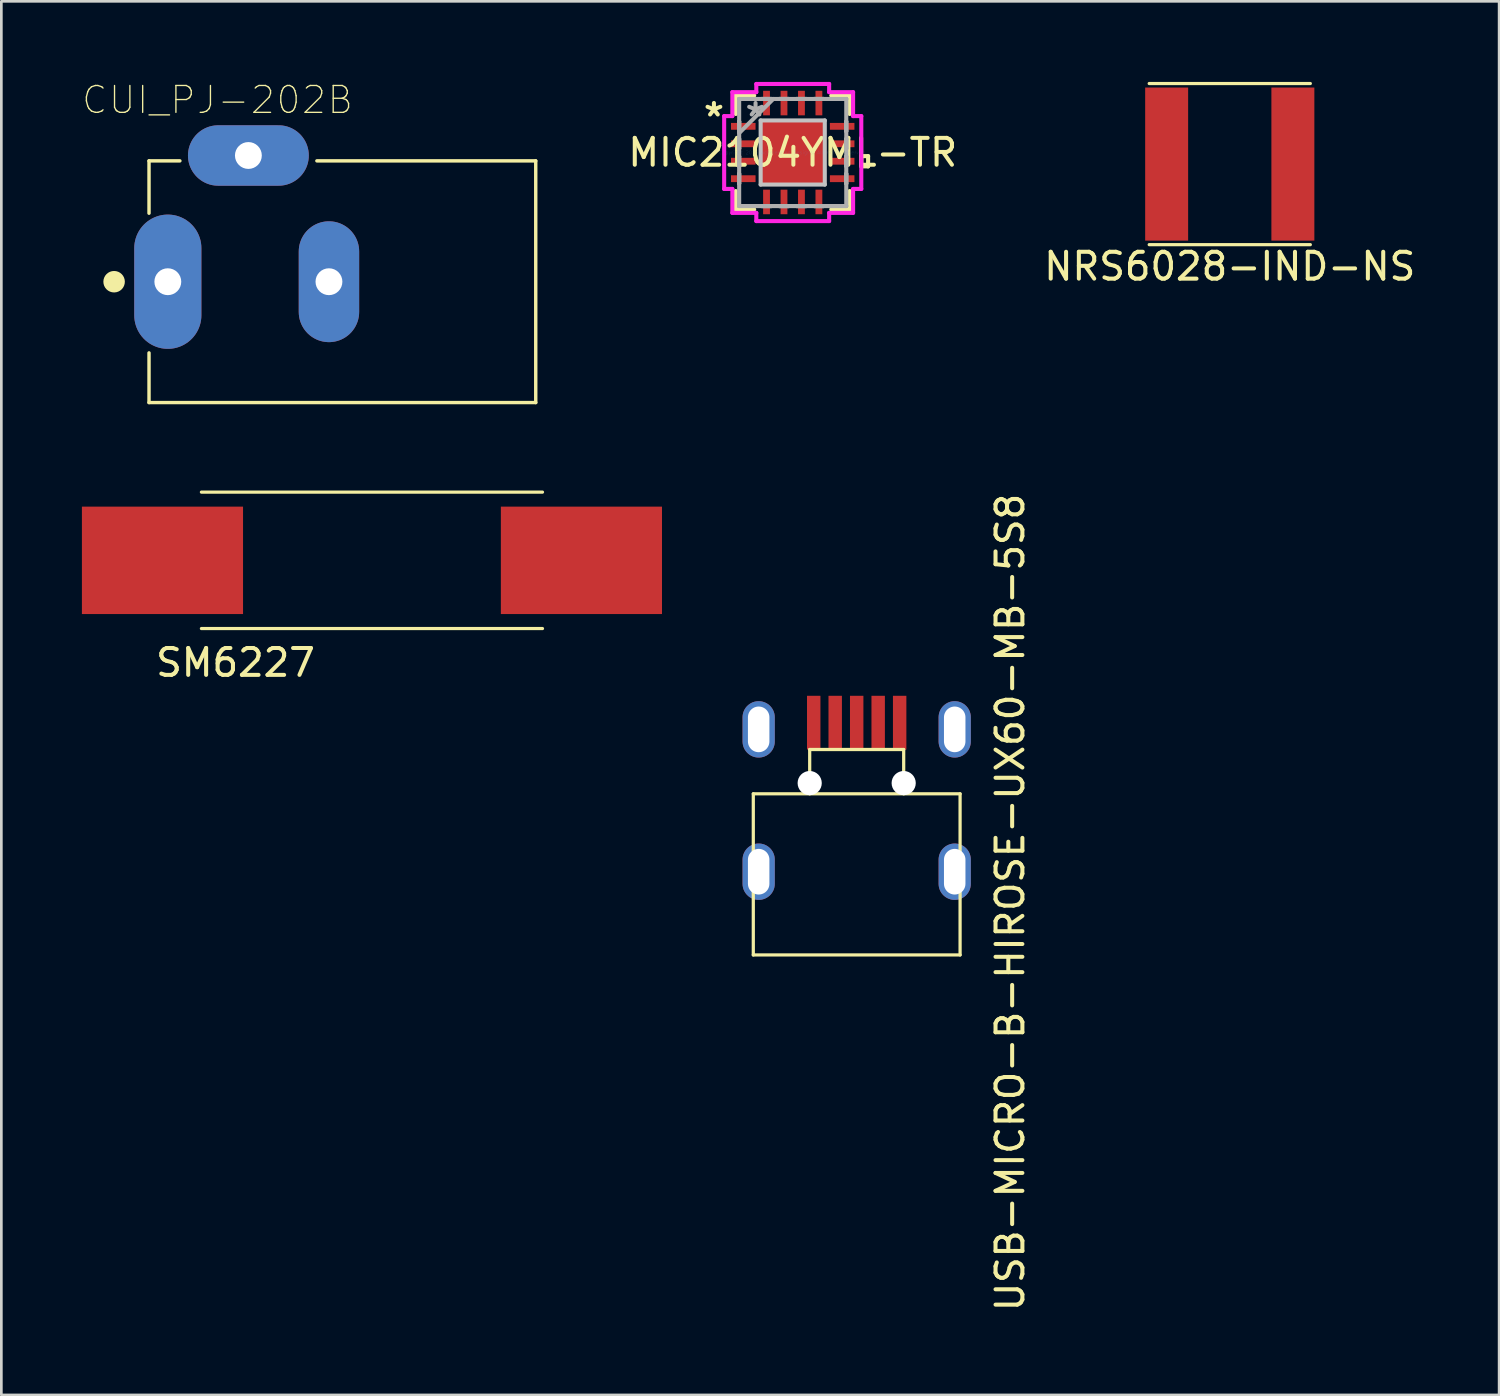
<source format=kicad_pcb>
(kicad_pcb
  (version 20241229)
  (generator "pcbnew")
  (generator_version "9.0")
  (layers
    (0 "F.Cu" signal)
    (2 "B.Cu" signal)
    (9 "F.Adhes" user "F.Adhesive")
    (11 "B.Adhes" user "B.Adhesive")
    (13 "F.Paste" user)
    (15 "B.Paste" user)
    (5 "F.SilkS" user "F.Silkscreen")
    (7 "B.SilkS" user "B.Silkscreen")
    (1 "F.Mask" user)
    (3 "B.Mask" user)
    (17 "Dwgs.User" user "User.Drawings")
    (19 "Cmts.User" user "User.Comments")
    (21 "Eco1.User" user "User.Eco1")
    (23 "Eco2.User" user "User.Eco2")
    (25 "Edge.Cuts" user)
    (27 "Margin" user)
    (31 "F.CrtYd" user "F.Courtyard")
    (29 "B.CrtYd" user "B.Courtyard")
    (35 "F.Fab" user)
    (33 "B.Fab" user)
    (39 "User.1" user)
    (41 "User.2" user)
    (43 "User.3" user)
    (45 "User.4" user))
  (footprint "MIC2104YML-TR"
    (layer "F.Cu")
    (at 26.468 2.629)
    (property "Reference" "MIC2104YML-TR" (at 0 0 0) (layer "F.SilkS") (effects (font (size 1 1) (thickness 0.15))))
    (attr through_hole)
    (fp_line (start -2.121 -2.121) (end -2.121 -1.435) (stroke (width 0.152) (type solid)) (layer "F.SilkS"))
    (fp_line (start -2.121 1.435) (end -2.121 2.121) (stroke (width 0.152) (type solid)) (layer "F.SilkS"))
    (fp_line (start -2.121 2.121) (end -1.435 2.121) (stroke (width 0.152) (type solid)) (layer "F.SilkS"))
    (fp_line (start -1.435 -2.121) (end -2.121 -2.121) (stroke (width 0.152) (type solid)) (layer "F.SilkS"))
    (fp_line (start 1.435 2.121) (end 2.121 2.121) (stroke (width 0.152) (type solid)) (layer "F.SilkS"))
    (fp_line (start 2.121 -2.121) (end 1.435 -2.121) (stroke (width 0.152) (type solid)) (layer "F.SilkS"))
    (fp_line (start 2.121 -1.435) (end 2.121 -2.121) (stroke (width 0.152) (type solid)) (layer "F.SilkS"))
    (fp_line (start 2.121 2.121) (end 2.121 1.435) (stroke (width 0.152) (type solid)) (layer "F.SilkS"))
    (fp_line (start 2.553 0.135) (end 2.807 0.135) (stroke (width 0.152) (type solid)) (layer "F.SilkS"))
    (fp_line (start 2.553 0.516) (end 2.553 0.135) (stroke (width 0.152) (type solid)) (layer "F.SilkS"))
    (fp_line (start 2.807 0.135) (end 2.807 0.516) (stroke (width 0.152) (type solid)) (layer "F.SilkS"))
    (fp_line (start 2.807 0.516) (end 2.553 0.516) (stroke (width 0.152) (type solid)) (layer "F.SilkS"))
    (fp_line (start -1.194 -1.194) (end -1.194 1.194) (stroke (width 0.152) (type solid)) (layer "Dwgs.User"))
    (fp_line (start -1.194 1.194) (end 1.194 1.194) (stroke (width 0.152) (type solid)) (layer "Dwgs.User"))
    (fp_line (start 1.194 -1.194) (end -1.194 -1.194) (stroke (width 0.152) (type solid)) (layer "Dwgs.User"))
    (fp_line (start 1.194 1.194) (end 1.194 -1.194) (stroke (width 0.152) (type solid)) (layer "Dwgs.User"))
    (fp_line (start -2.553 -1.356) (end -2.248 -1.356) (stroke (width 0.152) (type solid)) (layer "F.CrtYd"))
    (fp_line (start -2.553 1.356) (end -2.553 -1.356) (stroke (width 0.152) (type solid)) (layer "F.CrtYd"))
    (fp_line (start -2.248 -2.248) (end -1.356 -2.248) (stroke (width 0.152) (type solid)) (layer "F.CrtYd"))
    (fp_line (start -2.248 -1.356) (end -2.248 -2.248) (stroke (width 0.152) (type solid)) (layer "F.CrtYd"))
    (fp_line (start -2.248 1.356) (end -2.553 1.356) (stroke (width 0.152) (type solid)) (layer "F.CrtYd"))
    (fp_line (start -2.248 2.248) (end -2.248 1.356) (stroke (width 0.152) (type solid)) (layer "F.CrtYd"))
    (fp_line (start -1.356 -2.553) (end 1.356 -2.553) (stroke (width 0.152) (type solid)) (layer "F.CrtYd"))
    (fp_line (start -1.356 -2.248) (end -1.356 -2.553) (stroke (width 0.152) (type solid)) (layer "F.CrtYd"))
    (fp_line (start -1.356 2.248) (end -2.248 2.248) (stroke (width 0.152) (type solid)) (layer "F.CrtYd"))
    (fp_line (start -1.356 2.553) (end -1.356 2.248) (stroke (width 0.152) (type solid)) (layer "F.CrtYd"))
    (fp_line (start 1.356 -2.553) (end 1.356 -2.248) (stroke (width 0.152) (type solid)) (layer "F.CrtYd"))
    (fp_line (start 1.356 -2.248) (end 2.248 -2.248) (stroke (width 0.152) (type solid)) (layer "F.CrtYd"))
    (fp_line (start 1.356 2.248) (end 1.356 2.553) (stroke (width 0.152) (type solid)) (layer "F.CrtYd"))
    (fp_line (start 1.356 2.553) (end -1.356 2.553) (stroke (width 0.152) (type solid)) (layer "F.CrtYd"))
    (fp_line (start 2.248 -2.248) (end 2.248 -1.356) (stroke (width 0.152) (type solid)) (layer "F.CrtYd"))
    (fp_line (start 2.248 -1.356) (end 2.553 -1.356) (stroke (width 0.152) (type solid)) (layer "F.CrtYd"))
    (fp_line (start 2.248 1.356) (end 2.248 2.248) (stroke (width 0.152) (type solid)) (layer "F.CrtYd"))
    (fp_line (start 2.248 2.248) (end 1.356 2.248) (stroke (width 0.152) (type solid)) (layer "F.CrtYd"))
    (fp_line (start 2.553 -1.356) (end 2.553 1.356) (stroke (width 0.152) (type solid)) (layer "F.CrtYd"))
    (fp_line (start 2.553 1.356) (end 2.248 1.356) (stroke (width 0.152) (type solid)) (layer "F.CrtYd"))
    (fp_line (start -1.994 -1.994) (end -1.994 -1.994) (stroke (width 0.152) (type solid)) (layer "F.Fab"))
    (fp_line (start -1.994 -1.994) (end -1.994 1.994) (stroke (width 0.152) (type solid)) (layer "F.Fab"))
    (fp_line (start -1.994 -1.153) (end -1.994 -1.153) (stroke (width 0.152) (type solid)) (layer "F.Fab"))
    (fp_line (start -1.994 -1.153) (end -1.994 -0.797) (stroke (width 0.152) (type solid)) (layer "F.Fab"))
    (fp_line (start -1.994 -0.797) (end -1.994 -1.153) (stroke (width 0.152) (type solid)) (layer "F.Fab"))
    (fp_line (start -1.994 -0.797) (end -1.994 -0.797) (stroke (width 0.152) (type solid)) (layer "F.Fab"))
    (fp_line (start -1.994 -0.724) (end -0.724 -1.994) (stroke (width 0.152) (type solid)) (layer "F.Fab"))
    (fp_line (start -1.994 -0.503) (end -1.994 -0.503) (stroke (width 0.152) (type solid)) (layer "F.Fab"))
    (fp_line (start -1.994 -0.503) (end -1.994 -0.147) (stroke (width 0.152) (type solid)) (layer "F.Fab"))
    (fp_line (start -1.994 -0.147) (end -1.994 -0.503) (stroke (width 0.152) (type solid)) (layer "F.Fab"))
    (fp_line (start -1.994 -0.147) (end -1.994 -0.147) (stroke (width 0.152) (type solid)) (layer "F.Fab"))
    (fp_line (start -1.994 0.147) (end -1.994 0.147) (stroke (width 0.152) (type solid)) (layer "F.Fab"))
    (fp_line (start -1.994 0.147) (end -1.994 0.503) (stroke (width 0.152) (type solid)) (layer "F.Fab"))
    (fp_line (start -1.994 0.503) (end -1.994 0.147) (stroke (width 0.152) (type solid)) (layer "F.Fab"))
    (fp_line (start -1.994 0.503) (end -1.994 0.503) (stroke (width 0.152) (type solid)) (layer "F.Fab"))
    (fp_line (start -1.994 0.797) (end -1.994 0.797) (stroke (width 0.152) (type solid)) (layer "F.Fab"))
    (fp_line (start -1.994 0.797) (end -1.994 1.153) (stroke (width 0.152) (type solid)) (layer "F.Fab"))
    (fp_line (start -1.994 1.153) (end -1.994 0.797) (stroke (width 0.152) (type solid)) (layer "F.Fab"))
    (fp_line (start -1.994 1.153) (end -1.994 1.153) (stroke (width 0.152) (type solid)) (layer "F.Fab"))
    (fp_line (start -1.994 1.994) (end -1.994 1.994) (stroke (width 0.152) (type solid)) (layer "F.Fab"))
    (fp_line (start -1.994 1.994) (end 1.994 1.994) (stroke (width 0.152) (type solid)) (layer "F.Fab"))
    (fp_line (start -1.153 -1.994) (end -1.153 -1.994) (stroke (width 0.152) (type solid)) (layer "F.Fab"))
    (fp_line (start -1.153 -1.994) (end -0.797 -1.994) (stroke (width 0.152) (type solid)) (layer "F.Fab"))
    (fp_line (start -1.153 1.994) (end -1.153 1.994) (stroke (width 0.152) (type solid)) (layer "F.Fab"))
    (fp_line (start -1.153 1.994) (end -0.797 1.994) (stroke (width 0.152) (type solid)) (layer "F.Fab"))
    (fp_line (start -0.797 -1.994) (end -1.153 -1.994) (stroke (width 0.152) (type solid)) (layer "F.Fab"))
    (fp_line (start -0.797 -1.994) (end -0.797 -1.994) (stroke (width 0.152) (type solid)) (layer "F.Fab"))
    (fp_line (start -0.797 1.994) (end -1.153 1.994) (stroke (width 0.152) (type solid)) (layer "F.Fab"))
    (fp_line (start -0.797 1.994) (end -0.797 1.994) (stroke (width 0.152) (type solid)) (layer "F.Fab"))
    (fp_line (start -0.503 -1.994) (end -0.503 -1.994) (stroke (width 0.152) (type solid)) (layer "F.Fab"))
    (fp_line (start -0.503 -1.994) (end -0.147 -1.994) (stroke (width 0.152) (type solid)) (layer "F.Fab"))
    (fp_line (start -0.503 1.994) (end -0.503 1.994) (stroke (width 0.152) (type solid)) (layer "F.Fab"))
    (fp_line (start -0.503 1.994) (end -0.147 1.994) (stroke (width 0.152) (type solid)) (layer "F.Fab"))
    (fp_line (start -0.147 -1.994) (end -0.503 -1.994) (stroke (width 0.152) (type solid)) (layer "F.Fab"))
    (fp_line (start -0.147 -1.994) (end -0.147 -1.994) (stroke (width 0.152) (type solid)) (layer "F.Fab"))
    (fp_line (start -0.147 1.994) (end -0.503 1.994) (stroke (width 0.152) (type solid)) (layer "F.Fab"))
    (fp_line (start -0.147 1.994) (end -0.147 1.994) (stroke (width 0.152) (type solid)) (layer "F.Fab"))
    (fp_line (start 0.147 -1.994) (end 0.147 -1.994) (stroke (width 0.152) (type solid)) (layer "F.Fab"))
    (fp_line (start 0.147 -1.994) (end 0.503 -1.994) (stroke (width 0.152) (type solid)) (layer "F.Fab"))
    (fp_line (start 0.147 1.994) (end 0.147 1.994) (stroke (width 0.152) (type solid)) (layer "F.Fab"))
    (fp_line (start 0.147 1.994) (end 0.503 1.994) (stroke (width 0.152) (type solid)) (layer "F.Fab"))
    (fp_line (start 0.503 -1.994) (end 0.147 -1.994) (stroke (width 0.152) (type solid)) (layer "F.Fab"))
    (fp_line (start 0.503 -1.994) (end 0.503 -1.994) (stroke (width 0.152) (type solid)) (layer "F.Fab"))
    (fp_line (start 0.503 1.994) (end 0.147 1.994) (stroke (width 0.152) (type solid)) (layer "F.Fab"))
    (fp_line (start 0.503 1.994) (end 0.503 1.994) (stroke (width 0.152) (type solid)) (layer "F.Fab"))
    (fp_line (start 0.797 -1.994) (end 0.797 -1.994) (stroke (width 0.152) (type solid)) (layer "F.Fab"))
    (fp_line (start 0.797 -1.994) (end 1.153 -1.994) (stroke (width 0.152) (type solid)) (layer "F.Fab"))
    (fp_line (start 0.797 1.994) (end 0.797 1.994) (stroke (width 0.152) (type solid)) (layer "F.Fab"))
    (fp_line (start 0.797 1.994) (end 1.153 1.994) (stroke (width 0.152) (type solid)) (layer "F.Fab"))
    (fp_line (start 1.153 -1.994) (end 0.797 -1.994) (stroke (width 0.152) (type solid)) (layer "F.Fab"))
    (fp_line (start 1.153 -1.994) (end 1.153 -1.994) (stroke (width 0.152) (type solid)) (layer "F.Fab"))
    (fp_line (start 1.153 1.994) (end 0.797 1.994) (stroke (width 0.152) (type solid)) (layer "F.Fab"))
    (fp_line (start 1.153 1.994) (end 1.153 1.994) (stroke (width 0.152) (type solid)) (layer "F.Fab"))
    (fp_line (start 1.994 -1.994) (end -1.994 -1.994) (stroke (width 0.152) (type solid)) (layer "F.Fab"))
    (fp_line (start 1.994 -1.994) (end 1.994 -1.994) (stroke (width 0.152) (type solid)) (layer "F.Fab"))
    (fp_line (start 1.994 -1.153) (end 1.994 -1.153) (stroke (width 0.152) (type solid)) (layer "F.Fab"))
    (fp_line (start 1.994 -1.153) (end 1.994 -0.797) (stroke (width 0.152) (type solid)) (layer "F.Fab"))
    (fp_line (start 1.994 -0.797) (end 1.994 -1.153) (stroke (width 0.152) (type solid)) (layer "F.Fab"))
    (fp_line (start 1.994 -0.797) (end 1.994 -0.797) (stroke (width 0.152) (type solid)) (layer "F.Fab"))
    (fp_line (start 1.994 -0.503) (end 1.994 -0.503) (stroke (width 0.152) (type solid)) (layer "F.Fab"))
    (fp_line (start 1.994 -0.503) (end 1.994 -0.147) (stroke (width 0.152) (type solid)) (layer "F.Fab"))
    (fp_line (start 1.994 -0.147) (end 1.994 -0.503) (stroke (width 0.152) (type solid)) (layer "F.Fab"))
    (fp_line (start 1.994 -0.147) (end 1.994 -0.147) (stroke (width 0.152) (type solid)) (layer "F.Fab"))
    (fp_line (start 1.994 0.147) (end 1.994 0.147) (stroke (width 0.152) (type solid)) (layer "F.Fab"))
    (fp_line (start 1.994 0.147) (end 1.994 0.503) (stroke (width 0.152) (type solid)) (layer "F.Fab"))
    (fp_line (start 1.994 0.503) (end 1.994 0.147) (stroke (width 0.152) (type solid)) (layer "F.Fab"))
    (fp_line (start 1.994 0.503) (end 1.994 0.503) (stroke (width 0.152) (type solid)) (layer "F.Fab"))
    (fp_line (start 1.994 0.797) (end 1.994 0.797) (stroke (width 0.152) (type solid)) (layer "F.Fab"))
    (fp_line (start 1.994 0.797) (end 1.994 1.153) (stroke (width 0.152) (type solid)) (layer "F.Fab"))
    (fp_line (start 1.994 1.153) (end 1.994 0.797) (stroke (width 0.152) (type solid)) (layer "F.Fab"))
    (fp_line (start 1.994 1.153) (end 1.994 1.153) (stroke (width 0.152) (type solid)) (layer "F.Fab"))
    (fp_line (start 1.994 1.994) (end 1.994 -1.994) (stroke (width 0.152) (type solid)) (layer "F.Fab"))
    (fp_line (start 1.994 1.994) (end 1.994 1.994) (stroke (width 0.152) (type solid)) (layer "F.Fab"))
    (fp_text user "*" (at -2.934 -1.3 0) (layer "F.SilkS") (effects (font (size 1 1) (thickness 0.15))))
    (fp_text user "Copyright 2016 Accelerated Designs. All rights reserved." (at 0 0 0) (layer "Cmts.User") (effects (font (size 0.127 0.127) (thickness 0.002))))
    (fp_text user "*" (at -1.384 -1.3 0) (layer "F.Fab") (effects (font (size 1 1) (thickness 0.15))))
    (pad "1" smd rect (at -1.841 -0.975 90) (size 0.254 0.914) (layers "F.Cu" "F.Mask" "F.Paste"))
    (pad "2" smd rect (at -1.841 -0.325 90) (size 0.254 0.914) (layers "F.Cu" "F.Mask" "F.Paste"))
    (pad "3" smd rect (at -1.841 0.325 90) (size 0.254 0.914) (layers "F.Cu" "F.Mask" "F.Paste"))
    (pad "4" smd rect (at -1.841 0.975 90) (size 0.254 0.914) (layers "F.Cu" "F.Mask" "F.Paste"))
    (pad "5" smd rect (at -0.975 1.841) (size 0.254 0.914) (layers "F.Cu" "F.Mask" "F.Paste"))
    (pad "6" smd rect (at -0.325 1.841) (size 0.254 0.914) (layers "F.Cu" "F.Mask" "F.Paste"))
    (pad "7" smd rect (at 0.325 1.841) (size 0.254 0.914) (layers "F.Cu" "F.Mask" "F.Paste"))
    (pad "8" smd rect (at 0.975 1.841) (size 0.254 0.914) (layers "F.Cu" "F.Mask" "F.Paste"))
    (pad "9" smd rect (at 1.841 0.975 90) (size 0.254 0.914) (layers "F.Cu" "F.Mask" "F.Paste"))
    (pad "10" smd rect (at 1.841 0.325 90) (size 0.254 0.914) (layers "F.Cu" "F.Mask" "F.Paste"))
    (pad "11" smd rect (at 1.841 -0.325 90) (size 0.254 0.914) (layers "F.Cu" "F.Mask" "F.Paste"))
    (pad "12" smd rect (at 1.841 -0.975 90) (size 0.254 0.914) (layers "F.Cu" "F.Mask" "F.Paste"))
    (pad "13" smd rect (at 0.975 -1.841) (size 0.254 0.914) (layers "F.Cu" "F.Mask" "F.Paste"))
    (pad "14" smd rect (at 0.325 -1.841) (size 0.254 0.914) (layers "F.Cu" "F.Mask" "F.Paste"))
    (pad "15" smd rect (at -0.325 -1.841) (size 0.254 0.914) (layers "F.Cu" "F.Mask" "F.Paste"))
    (pad "16" smd rect (at -0.975 -1.841) (size 0.254 0.914) (layers "F.Cu" "F.Mask" "F.Paste"))
    (pad "17" smd rect (at 0 0) (size 2.388 2.388) (layers "F.Cu" "F.Mask" "F.Paste")))
  (footprint "NRS6028-IND-NS"
    (layer "F.Cu")
    (at 42.742 3.06)
    (property "Reference" "NRS6028-IND-NS" (at 0 3.81 0) (layer "F.SilkS") (effects (font (size 1 1) (thickness 0.15))))
    (attr through_hole)
    (fp_line (start -3 -3) (end 3 -3) (stroke (width 0.12) (type solid)) (layer "F.SilkS"))
    (fp_line (start -3 3) (end 3 3) (stroke (width 0.12) (type solid)) (layer "F.SilkS"))
    (pad "1" smd rect (at -2.35 0) (size 1.6 5.7) (layers "F.Cu" "F.Mask" "F.Paste"))
    (pad "2" smd rect (at 2.35 0) (size 1.6 5.7) (layers "F.Cu" "F.Mask" "F.Paste")))
  (footprint "CUI_PJ-202B"
    (layer "F.Cu")
    (at 9.699 7.44)
    (property "Reference" "CUI_PJ-202B" (at -4.651 -6.767 0) (layer "F.SilkS") (effects (font (size 1 1) (thickness 0.05))))
    (attr through_hole)
    (fp_line (start -7.2 -4.5) (end -6.05 -4.5) (stroke (width 0.127) (type solid)) (layer "F.SilkS"))
    (fp_line (start -7.2 -2.55) (end -7.2 -4.5) (stroke (width 0.127) (type solid)) (layer "F.SilkS"))
    (fp_line (start -7.2 4.5) (end -7.2 2.65) (stroke (width 0.127) (type solid)) (layer "F.SilkS"))
    (fp_line (start -0.95 -4.5) (end 7.2 -4.5) (stroke (width 0.127) (type solid)) (layer "F.SilkS"))
    (fp_line (start 7.2 -4.5) (end 7.2 4.5) (stroke (width 0.127) (type solid)) (layer "F.SilkS"))
    (fp_line (start 7.2 4.5) (end -7.2 4.5) (stroke (width 0.127) (type solid)) (layer "F.SilkS"))
    (fp_circle (center -8.5 0) (end -8.3 0) (stroke (width 0.4) (type solid)) (fill no) (layer "F.SilkS"))
    (fp_line (start -8.05 -2.25) (end -8.05 2.35) (stroke (width 0.05) (type solid)) (layer "Eco1.User"))
    (fp_line (start -8.05 2.35) (end -7.45 2.35) (stroke (width 0.05) (type solid)) (layer "Eco1.User"))
    (fp_line (start -7.45 -4.75) (end -6.05 -4.75) (stroke (width 0.05) (type solid)) (layer "Eco1.User"))
    (fp_line (start -7.45 -2.25) (end -8.05 -2.25) (stroke (width 0.05) (type solid)) (layer "Eco1.User"))
    (fp_line (start -7.45 -2.25) (end -7.45 -4.75) (stroke (width 0.05) (type solid)) (layer "Eco1.User"))
    (fp_line (start -7.45 4.75) (end -7.45 2.35) (stroke (width 0.05) (type solid)) (layer "Eco1.User"))
    (fp_line (start -6.05 -6.1) (end -0.95 -6.1) (stroke (width 0.05) (type solid)) (layer "Eco1.User"))
    (fp_line (start -6.05 -4.75) (end -6.05 -6.1) (stroke (width 0.05) (type solid)) (layer "Eco1.User"))
    (fp_line (start -0.95 -6.1) (end -0.95 -4.75) (stroke (width 0.05) (type solid)) (layer "Eco1.User"))
    (fp_line (start -0.95 -4.75) (end 7.5 -4.75) (stroke (width 0.05) (type solid)) (layer "Eco1.User"))
    (fp_line (start 7.5 -4.75) (end 7.5 4.75) (stroke (width 0.05) (type solid)) (layer "Eco1.User"))
    (fp_line (start 7.5 4.75) (end -7.45 4.75) (stroke (width 0.05) (type solid)) (layer "Eco1.User"))
    (fp_line (start -7.2 -4.5) (end 7.2 -4.5) (stroke (width 0.127) (type solid)) (layer "Eco2.User"))
    (fp_line (start -7.2 4.5) (end -7.2 -4.5) (stroke (width 0.127) (type solid)) (layer "Eco2.User"))
    (fp_line (start 7.2 -4.5) (end 7.2 4.5) (stroke (width 0.127) (type solid)) (layer "Eco2.User"))
    (fp_line (start 7.2 4.5) (end -7.2 4.5) (stroke (width 0.127) (type solid)) (layer "Eco2.User"))
    (fp_line (start -7 -1.75) (end -6 -1.75) (stroke (width 0.0001) (type solid)) (layer "Edge.Cuts"))
    (fp_line (start -7 1.75) (end -7 -1.75) (stroke (width 0.0001) (type solid)) (layer "Edge.Cuts"))
    (fp_line (start -6 -1.75) (end -6 1.75) (stroke (width 0.0001) (type solid)) (layer "Edge.Cuts"))
    (fp_line (start -6 1.75) (end -7 1.75) (stroke (width 0.0001) (type solid)) (layer "Edge.Cuts"))
    (fp_line (start -5 -5.2) (end -2 -5.2) (stroke (width 0.0001) (type solid)) (layer "Edge.Cuts"))
    (fp_line (start -5 -4.2) (end -5 -5.2) (stroke (width 0.0001) (type solid)) (layer "Edge.Cuts"))
    (fp_line (start -2 -5.2) (end -2 -4.2) (stroke (width 0.0001) (type solid)) (layer "Edge.Cuts"))
    (fp_line (start -2 -4.2) (end -5 -4.2) (stroke (width 0.0001) (type solid)) (layer "Edge.Cuts"))
    (fp_line (start -1 -1.5) (end 0 -1.5) (stroke (width 0.0001) (type solid)) (layer "Edge.Cuts"))
    (fp_line (start -1 1.5) (end -1 -1.5) (stroke (width 0.0001) (type solid)) (layer "Edge.Cuts"))
    (fp_line (start 0 -1.5) (end 0 1.5) (stroke (width 0.0001) (type solid)) (layer "Edge.Cuts"))
    (fp_line (start 0 1.5) (end -1 1.5) (stroke (width 0.0001) (type solid)) (layer "Edge.Cuts"))
    (pad "1" thru_hole oval (at -6.5 0 90) (size 5 2.5) (drill 1) (layers "*.Cu" "*.Mask"))
    (pad "2" thru_hole oval (at -0.5 0 90) (size 4.5 2.25) (drill 1) (layers "*.Cu" "*.Mask"))
    (pad "3" thru_hole oval (at -3.5 -4.7 180) (size 4.5 2.25) (drill 1) (layers "*.Cu" "*.Mask")))
  (footprint "SM6227"
    (layer "F.Cu")
    (at 10.8 17.815)
    (property "Reference" "SM6227" (at -5.08 3.81 0) (layer "F.SilkS") (effects (font (size 1 1) (thickness 0.15))))
    (attr through_hole)
    (fp_line (start -6.35 -2.54) (end 6.35 -2.54) (stroke (width 0.12) (type solid)) (layer "F.SilkS"))
    (fp_line (start -6.35 2.54) (end 6.35 2.54) (stroke (width 0.12) (type solid)) (layer "F.SilkS"))
    (pad "1" smd rect (at -7.8 0) (size 6 4) (layers "F.Cu" "F.Mask" "F.Paste"))
    (pad "2" smd rect (at 7.8 0) (size 6 4) (layers "F.Cu" "F.Mask" "F.Paste")))
  (footprint "USB-MICRO-B-HIROSE-UX60-MB-5S8"
    (layer "F.Cu")
    (at 28.85 26.109)
    (property "Reference" "USB-MICRO-B-HIROSE-UX60-MB-5S8" (at 5.715 4.445 90) (layer "F.SilkS") (effects (font (size 1 1) (thickness 0.15))))
    (attr through_hole)
    (fp_line (start -3.85 0.4) (end -3.85 6.4) (stroke (width 0.12) (type solid)) (layer "F.SilkS"))
    (fp_line (start -1.75 0.4) (end -1.75 -1.25) (stroke (width 0.12) (type solid)) (layer "F.SilkS"))
    (fp_line (start 1.75 -1.25) (end -1.75 -1.25) (stroke (width 0.12) (type solid)) (layer "F.SilkS"))
    (fp_line (start 1.75 0.4) (end 1.75 -1.25) (stroke (width 0.12) (type solid)) (layer "F.SilkS"))
    (fp_line (start 3.85 0.4) (end -3.85 0.4) (stroke (width 0.12) (type solid)) (layer "F.SilkS"))
    (fp_line (start 3.85 0.4) (end 3.85 6.4) (stroke (width 0.12) (type solid)) (layer "F.SilkS"))
    (fp_line (start 3.85 6.4) (end -3.85 6.4) (stroke (width 0.12) (type solid)) (layer "F.SilkS"))
    (pad "" thru_hole oval (at -3.65 -2) (size 1.2 2.1) (drill oval 0.8 1.7) (layers "*.Cu" "*.Mask"))
    (pad "" thru_hole oval (at -3.65 3.3) (size 1.2 2.1) (drill oval 0.8 1.7) (layers "*.Cu" "*.Mask"))
    (pad "" np_thru_hole circle (at -1.75 0) (size 0.9 0.9) (drill 0.9) (layers "*.Cu" "*.Mask"))
    (pad "" np_thru_hole circle (at 1.75 0) (size 0.9 0.9) (drill 0.9) (layers "*.Cu" "*.Mask"))
    (pad "" thru_hole oval (at 3.65 -2) (size 1.2 2.1) (drill oval 0.8 1.7) (layers "*.Cu" "*.Mask"))
    (pad "" thru_hole oval (at 3.65 3.3) (size 1.2 2.1) (drill oval 0.8 1.7) (layers "*.Cu" "*.Mask"))
    (pad "1" smd rect (at -1.6 -2.25) (size 0.5 2) (layers "F.Cu" "F.Mask" "F.Paste"))
    (pad "2" smd rect (at -0.8 -2.25) (size 0.5 2) (layers "F.Cu" "F.Mask" "F.Paste"))
    (pad "3" smd rect (at 0 -2.25) (size 0.5 2) (layers "F.Cu" "F.Mask" "F.Paste"))
    (pad "4" smd rect (at 0.8 -2.25) (size 0.5 2) (layers "F.Cu" "F.Mask" "F.Paste"))
    (pad "5" smd rect (at 1.6 -2.25) (size 0.5 2) (layers "F.Cu" "F.Mask" "F.Paste")))
  (gr_rect
    (start -3 -3)
    (end 52.772 48.893)
    (stroke (width 0.1) (type default))
    (fill no)
    (layer "Edge.Cuts")))
</source>
